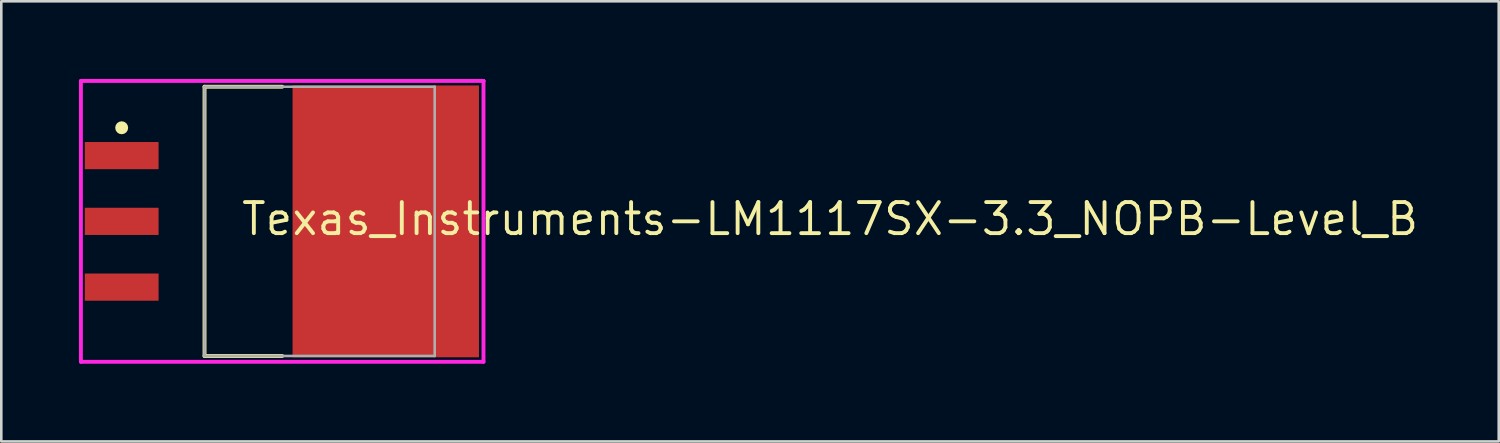
<source format=kicad_pcb>
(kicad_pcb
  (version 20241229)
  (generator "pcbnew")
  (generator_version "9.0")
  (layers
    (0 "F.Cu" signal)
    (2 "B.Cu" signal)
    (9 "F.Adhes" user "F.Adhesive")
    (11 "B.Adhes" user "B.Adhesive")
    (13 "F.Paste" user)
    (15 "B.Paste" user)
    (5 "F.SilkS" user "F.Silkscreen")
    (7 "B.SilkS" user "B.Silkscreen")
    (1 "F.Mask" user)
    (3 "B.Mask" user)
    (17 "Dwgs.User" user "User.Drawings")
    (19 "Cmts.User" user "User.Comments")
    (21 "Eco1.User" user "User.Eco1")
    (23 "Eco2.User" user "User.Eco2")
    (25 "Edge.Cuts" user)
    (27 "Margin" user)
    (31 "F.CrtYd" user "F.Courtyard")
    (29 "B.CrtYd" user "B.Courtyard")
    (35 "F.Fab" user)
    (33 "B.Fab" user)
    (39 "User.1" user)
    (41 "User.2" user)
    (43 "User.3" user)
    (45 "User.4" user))
  (footprint "Texas_Instruments-LM1117SX-3.3_NOPB-Level_B"
    (layer "F.Cu")
    (at 7.85 5.5)
    (property "Reference" "Texas_Instruments-LM1117SX-3.3_NOPB-Level_B" (at -1.651 -0.092 0) (layer "F.SilkS") (effects (font (size 1.2 1.2) (thickness 0.15)) (justify left)))
    (attr through_hole)
    (fp_line (start -3 -5.2) (end 0 -5.2) (stroke (width 0.15) (type solid)) (layer "F.SilkS"))
    (fp_line (start -3 5.2) (end -3 -5.2) (stroke (width 0.15) (type solid)) (layer "F.SilkS"))
    (fp_line (start -3 5.2) (end 0 5.2) (stroke (width 0.15) (type solid)) (layer "F.SilkS"))
    (fp_circle (center -6.2 -3.615) (end -6.075 -3.615) (stroke (width 0.25) (type solid)) (fill no) (layer "F.SilkS"))
    (fp_line (start -7.775 -5.425) (end -7.775 5.425) (stroke (width 0.15) (type solid)) (layer "F.CrtYd"))
    (fp_line (start -7.775 5.425) (end 7.775 5.425) (stroke (width 0.15) (type solid)) (layer "F.CrtYd"))
    (fp_line (start 7.775 -5.425) (end -7.775 -5.425) (stroke (width 0.15) (type solid)) (layer "F.CrtYd"))
    (fp_line (start 7.775 -5.425) (end 7.775 -5.425) (stroke (width 0.15) (type solid)) (layer "F.CrtYd"))
    (fp_line (start 7.775 5.425) (end 7.775 -5.425) (stroke (width 0.15) (type solid)) (layer "F.CrtYd"))
    (fp_line (start -3 -5.2) (end 5.89 -5.2) (stroke (width 0.1) (type solid)) (layer "F.Fab"))
    (fp_line (start -3 5.2) (end -3 -5.2) (stroke (width 0.1) (type solid)) (layer "F.Fab"))
    (fp_line (start -3 5.2) (end 5.89 5.2) (stroke (width 0.1) (type solid)) (layer "F.Fab"))
    (fp_line (start 5.89 5.2) (end 5.89 -5.2) (stroke (width 0.1) (type solid)) (layer "F.Fab"))
    (pad "1" smd rect (at -6.2 -2.54 270) (size 1.05 2.85) (layers "F.Cu" "F.Mask" "F.Paste"))
    (pad "2" smd rect (at -6.2 0 270) (size 1.05 2.85) (layers "F.Cu" "F.Mask" "F.Paste"))
    (pad "3" smd rect (at -6.2 2.54 270) (size 1.05 2.85) (layers "F.Cu" "F.Mask" "F.Paste"))
    (pad "4" smd rect (at 4 -0.000001 270) (size 10.5 7.2) (layers "F.Cu" "F.Mask" "F.Paste")))
  (gr_rect
    (start -3 -3)
    (end 54.838 14)
    (stroke (width 0.1) (type default))
    (fill no)
    (layer "Edge.Cuts")))
</source>
